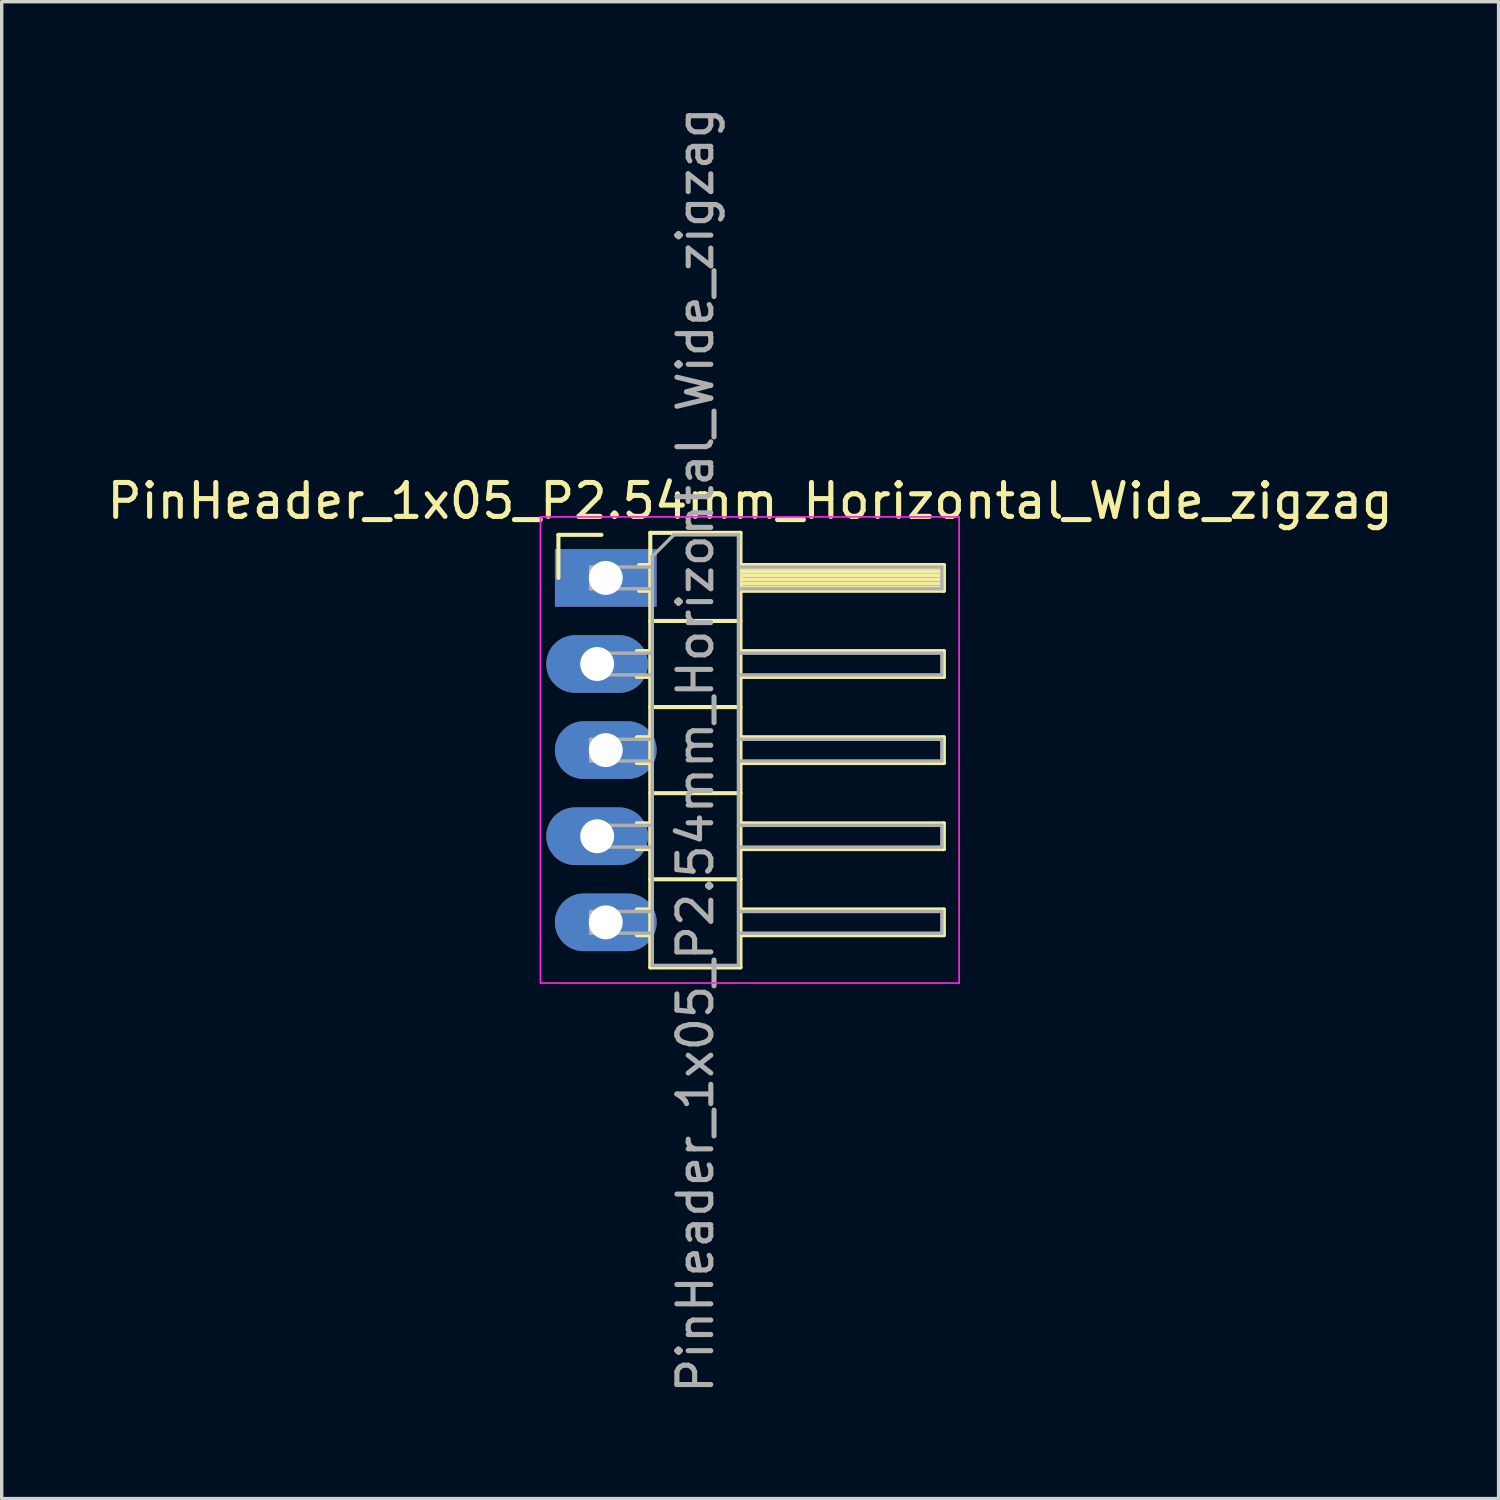
<source format=kicad_pcb>
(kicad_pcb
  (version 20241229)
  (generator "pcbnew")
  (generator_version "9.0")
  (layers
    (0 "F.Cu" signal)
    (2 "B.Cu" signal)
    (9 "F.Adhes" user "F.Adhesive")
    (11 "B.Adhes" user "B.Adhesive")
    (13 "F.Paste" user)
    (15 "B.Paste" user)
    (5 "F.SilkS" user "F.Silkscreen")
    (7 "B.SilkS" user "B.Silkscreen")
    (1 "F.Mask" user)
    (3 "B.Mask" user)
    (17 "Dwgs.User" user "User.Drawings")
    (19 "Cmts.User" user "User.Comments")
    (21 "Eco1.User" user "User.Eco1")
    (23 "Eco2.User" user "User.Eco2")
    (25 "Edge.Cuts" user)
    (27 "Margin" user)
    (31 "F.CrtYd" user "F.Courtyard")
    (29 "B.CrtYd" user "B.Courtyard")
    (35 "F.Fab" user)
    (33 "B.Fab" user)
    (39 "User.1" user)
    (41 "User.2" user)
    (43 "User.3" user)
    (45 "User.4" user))
  (footprint "PinHeader_1x05_P2.54mm_Horizontal_Wide_zigzag"
    (layer "F.Cu")
    (at 14.692 13.997)
    (property "Reference" "PinHeader_1x05_P2.54mm_Horizontal_Wide_zigzag" (at 4.385 -2.27 0) (layer "F.SilkS") (effects (font (size 1 1) (thickness 0.15))))
    (attr through_hole)
    (fp_line (start -1.27 -1.27) (end 0 -1.27) (stroke (width 0.12) (type solid)) (layer "F.SilkS"))
    (fp_line (start -1.27 0) (end -1.27 -1.27) (stroke (width 0.12) (type solid)) (layer "F.SilkS"))
    (fp_line (start 1.043 2.16) (end 1.44 2.16) (stroke (width 0.12) (type solid)) (layer "F.SilkS"))
    (fp_line (start 1.043 2.92) (end 1.44 2.92) (stroke (width 0.12) (type solid)) (layer "F.SilkS"))
    (fp_line (start 1.043 4.7) (end 1.44 4.7) (stroke (width 0.12) (type solid)) (layer "F.SilkS"))
    (fp_line (start 1.043 5.46) (end 1.44 5.46) (stroke (width 0.12) (type solid)) (layer "F.SilkS"))
    (fp_line (start 1.043 7.24) (end 1.44 7.24) (stroke (width 0.12) (type solid)) (layer "F.SilkS"))
    (fp_line (start 1.043 8) (end 1.44 8) (stroke (width 0.12) (type solid)) (layer "F.SilkS"))
    (fp_line (start 1.043 9.78) (end 1.44 9.78) (stroke (width 0.12) (type solid)) (layer "F.SilkS"))
    (fp_line (start 1.043 10.54) (end 1.44 10.54) (stroke (width 0.12) (type solid)) (layer "F.SilkS"))
    (fp_line (start 1.11 -0.38) (end 1.44 -0.38) (stroke (width 0.12) (type solid)) (layer "F.SilkS"))
    (fp_line (start 1.11 0.38) (end 1.44 0.38) (stroke (width 0.12) (type solid)) (layer "F.SilkS"))
    (fp_line (start 1.44 -1.33) (end 1.44 11.49) (stroke (width 0.12) (type solid)) (layer "F.SilkS"))
    (fp_line (start 1.44 1.27) (end 4.1 1.27) (stroke (width 0.12) (type solid)) (layer "F.SilkS"))
    (fp_line (start 1.44 3.81) (end 4.1 3.81) (stroke (width 0.12) (type solid)) (layer "F.SilkS"))
    (fp_line (start 1.44 6.35) (end 4.1 6.35) (stroke (width 0.12) (type solid)) (layer "F.SilkS"))
    (fp_line (start 1.44 8.89) (end 4.1 8.89) (stroke (width 0.12) (type solid)) (layer "F.SilkS"))
    (fp_line (start 1.44 11.49) (end 4.1 11.49) (stroke (width 0.12) (type solid)) (layer "F.SilkS"))
    (fp_line (start 4.1 -1.33) (end 1.44 -1.33) (stroke (width 0.12) (type solid)) (layer "F.SilkS"))
    (fp_line (start 4.1 -0.38) (end 10.1 -0.38) (stroke (width 0.12) (type solid)) (layer "F.SilkS"))
    (fp_line (start 4.1 -0.32) (end 10.1 -0.32) (stroke (width 0.12) (type solid)) (layer "F.SilkS"))
    (fp_line (start 4.1 -0.2) (end 10.1 -0.2) (stroke (width 0.12) (type solid)) (layer "F.SilkS"))
    (fp_line (start 4.1 -0.08) (end 10.1 -0.08) (stroke (width 0.12) (type solid)) (layer "F.SilkS"))
    (fp_line (start 4.1 0.04) (end 10.1 0.04) (stroke (width 0.12) (type solid)) (layer "F.SilkS"))
    (fp_line (start 4.1 0.16) (end 10.1 0.16) (stroke (width 0.12) (type solid)) (layer "F.SilkS"))
    (fp_line (start 4.1 0.28) (end 10.1 0.28) (stroke (width 0.12) (type solid)) (layer "F.SilkS"))
    (fp_line (start 4.1 2.16) (end 10.1 2.16) (stroke (width 0.12) (type solid)) (layer "F.SilkS"))
    (fp_line (start 4.1 4.7) (end 10.1 4.7) (stroke (width 0.12) (type solid)) (layer "F.SilkS"))
    (fp_line (start 4.1 7.24) (end 10.1 7.24) (stroke (width 0.12) (type solid)) (layer "F.SilkS"))
    (fp_line (start 4.1 9.78) (end 10.1 9.78) (stroke (width 0.12) (type solid)) (layer "F.SilkS"))
    (fp_line (start 4.1 11.49) (end 4.1 -1.33) (stroke (width 0.12) (type solid)) (layer "F.SilkS"))
    (fp_line (start 10.1 -0.38) (end 10.1 0.38) (stroke (width 0.12) (type solid)) (layer "F.SilkS"))
    (fp_line (start 10.1 0.38) (end 4.1 0.38) (stroke (width 0.12) (type solid)) (layer "F.SilkS"))
    (fp_line (start 10.1 2.16) (end 10.1 2.92) (stroke (width 0.12) (type solid)) (layer "F.SilkS"))
    (fp_line (start 10.1 2.92) (end 4.1 2.92) (stroke (width 0.12) (type solid)) (layer "F.SilkS"))
    (fp_line (start 10.1 4.7) (end 10.1 5.46) (stroke (width 0.12) (type solid)) (layer "F.SilkS"))
    (fp_line (start 10.1 5.46) (end 4.1 5.46) (stroke (width 0.12) (type solid)) (layer "F.SilkS"))
    (fp_line (start 10.1 7.24) (end 10.1 8) (stroke (width 0.12) (type solid)) (layer "F.SilkS"))
    (fp_line (start 10.1 8) (end 4.1 8) (stroke (width 0.12) (type solid)) (layer "F.SilkS"))
    (fp_line (start 10.1 9.78) (end 10.1 10.54) (stroke (width 0.12) (type solid)) (layer "F.SilkS"))
    (fp_line (start 10.1 10.54) (end 4.1 10.54) (stroke (width 0.12) (type solid)) (layer "F.SilkS"))
    (fp_line (start -1.8 -1.8) (end -1.8 11.95) (stroke (width 0.05) (type solid)) (layer "F.CrtYd"))
    (fp_line (start -1.8 11.95) (end 10.55 11.95) (stroke (width 0.05) (type solid)) (layer "F.CrtYd"))
    (fp_line (start 10.55 -1.8) (end -1.8 -1.8) (stroke (width 0.05) (type solid)) (layer "F.CrtYd"))
    (fp_line (start 10.55 11.95) (end 10.55 -1.8) (stroke (width 0.05) (type solid)) (layer "F.CrtYd"))
    (fp_line (start -0.32 -0.32) (end -0.32 0.32) (stroke (width 0.1) (type solid)) (layer "F.Fab"))
    (fp_line (start -0.32 -0.32) (end 1.5 -0.32) (stroke (width 0.1) (type solid)) (layer "F.Fab"))
    (fp_line (start -0.32 0.32) (end 1.5 0.32) (stroke (width 0.1) (type solid)) (layer "F.Fab"))
    (fp_line (start -0.32 2.22) (end -0.32 2.86) (stroke (width 0.1) (type solid)) (layer "F.Fab"))
    (fp_line (start -0.32 2.22) (end 1.5 2.22) (stroke (width 0.1) (type solid)) (layer "F.Fab"))
    (fp_line (start -0.32 2.86) (end 1.5 2.86) (stroke (width 0.1) (type solid)) (layer "F.Fab"))
    (fp_line (start -0.32 4.76) (end -0.32 5.4) (stroke (width 0.1) (type solid)) (layer "F.Fab"))
    (fp_line (start -0.32 4.76) (end 1.5 4.76) (stroke (width 0.1) (type solid)) (layer "F.Fab"))
    (fp_line (start -0.32 5.4) (end 1.5 5.4) (stroke (width 0.1) (type solid)) (layer "F.Fab"))
    (fp_line (start -0.32 7.3) (end -0.32 7.94) (stroke (width 0.1) (type solid)) (layer "F.Fab"))
    (fp_line (start -0.32 7.3) (end 1.5 7.3) (stroke (width 0.1) (type solid)) (layer "F.Fab"))
    (fp_line (start -0.32 7.94) (end 1.5 7.94) (stroke (width 0.1) (type solid)) (layer "F.Fab"))
    (fp_line (start -0.32 9.84) (end -0.32 10.48) (stroke (width 0.1) (type solid)) (layer "F.Fab"))
    (fp_line (start -0.32 9.84) (end 1.5 9.84) (stroke (width 0.1) (type solid)) (layer "F.Fab"))
    (fp_line (start -0.32 10.48) (end 1.5 10.48) (stroke (width 0.1) (type solid)) (layer "F.Fab"))
    (fp_line (start 1.5 -0.635) (end 2.135 -1.27) (stroke (width 0.1) (type solid)) (layer "F.Fab"))
    (fp_line (start 1.5 11.43) (end 1.5 -0.635) (stroke (width 0.1) (type solid)) (layer "F.Fab"))
    (fp_line (start 2.135 -1.27) (end 4.04 -1.27) (stroke (width 0.1) (type solid)) (layer "F.Fab"))
    (fp_line (start 4.04 -1.27) (end 4.04 11.43) (stroke (width 0.1) (type solid)) (layer "F.Fab"))
    (fp_line (start 4.04 -0.32) (end 10.04 -0.32) (stroke (width 0.1) (type solid)) (layer "F.Fab"))
    (fp_line (start 4.04 0.32) (end 10.04 0.32) (stroke (width 0.1) (type solid)) (layer "F.Fab"))
    (fp_line (start 4.04 2.22) (end 10.04 2.22) (stroke (width 0.1) (type solid)) (layer "F.Fab"))
    (fp_line (start 4.04 2.86) (end 10.04 2.86) (stroke (width 0.1) (type solid)) (layer "F.Fab"))
    (fp_line (start 4.04 4.76) (end 10.04 4.76) (stroke (width 0.1) (type solid)) (layer "F.Fab"))
    (fp_line (start 4.04 5.4) (end 10.04 5.4) (stroke (width 0.1) (type solid)) (layer "F.Fab"))
    (fp_line (start 4.04 7.3) (end 10.04 7.3) (stroke (width 0.1) (type solid)) (layer "F.Fab"))
    (fp_line (start 4.04 7.94) (end 10.04 7.94) (stroke (width 0.1) (type solid)) (layer "F.Fab"))
    (fp_line (start 4.04 9.84) (end 10.04 9.84) (stroke (width 0.1) (type solid)) (layer "F.Fab"))
    (fp_line (start 4.04 10.48) (end 10.04 10.48) (stroke (width 0.1) (type solid)) (layer "F.Fab"))
    (fp_line (start 4.04 11.43) (end 1.5 11.43) (stroke (width 0.1) (type solid)) (layer "F.Fab"))
    (fp_line (start 10.04 -0.32) (end 10.04 0.32) (stroke (width 0.1) (type solid)) (layer "F.Fab"))
    (fp_line (start 10.04 2.22) (end 10.04 2.86) (stroke (width 0.1) (type solid)) (layer "F.Fab"))
    (fp_line (start 10.04 4.76) (end 10.04 5.4) (stroke (width 0.1) (type solid)) (layer "F.Fab"))
    (fp_line (start 10.04 7.3) (end 10.04 7.94) (stroke (width 0.1) (type solid)) (layer "F.Fab"))
    (fp_line (start 10.04 9.84) (end 10.04 10.48) (stroke (width 0.1) (type solid)) (layer "F.Fab"))
    (fp_text user "${REFERENCE}" (at 2.77 5.08 90) (layer "F.Fab") (effects (font (size 1 1) (thickness 0.15))))
    (pad "1" thru_hole rect (at 0.127 0) (size 3 1.7) (drill 1) (layers "*.Cu" "*.Mask"))
    (pad "2" thru_hole oval (at -0.127 2.54) (size 3 1.7) (drill 1) (layers "*.Cu" "*.Mask"))
    (pad "3" thru_hole oval (at 0.127 5.08) (size 3 1.7) (drill 1) (layers "*.Cu" "*.Mask"))
    (pad "4" thru_hole oval (at -0.127 7.62) (size 3 1.7) (drill 1) (layers "*.Cu" "*.Mask"))
    (pad "5" thru_hole oval (at 0.127 10.16) (size 3 1.7) (drill 1) (layers "*.Cu" "*.Mask")))
  (gr_rect
    (start -3 -3)
    (end 41.155 41.155)
    (stroke (width 0.1) (type default))
    (fill no)
    (layer "Edge.Cuts")))
</source>
